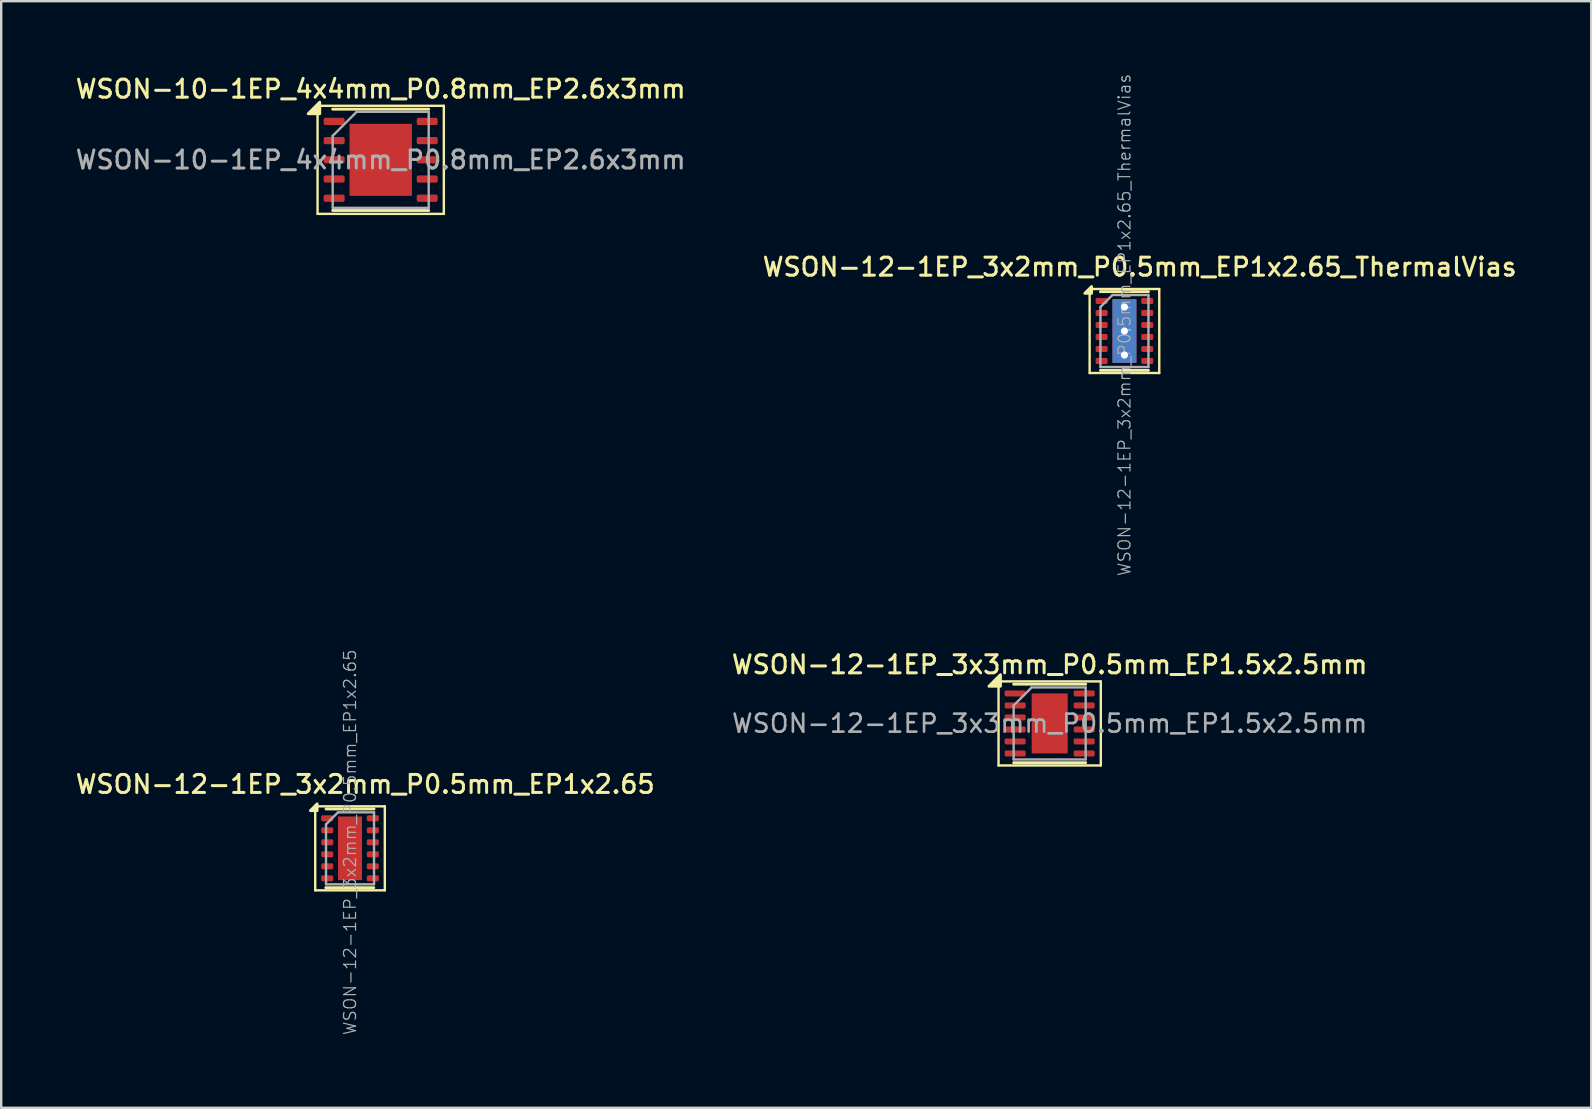
<source format=kicad_pcb>
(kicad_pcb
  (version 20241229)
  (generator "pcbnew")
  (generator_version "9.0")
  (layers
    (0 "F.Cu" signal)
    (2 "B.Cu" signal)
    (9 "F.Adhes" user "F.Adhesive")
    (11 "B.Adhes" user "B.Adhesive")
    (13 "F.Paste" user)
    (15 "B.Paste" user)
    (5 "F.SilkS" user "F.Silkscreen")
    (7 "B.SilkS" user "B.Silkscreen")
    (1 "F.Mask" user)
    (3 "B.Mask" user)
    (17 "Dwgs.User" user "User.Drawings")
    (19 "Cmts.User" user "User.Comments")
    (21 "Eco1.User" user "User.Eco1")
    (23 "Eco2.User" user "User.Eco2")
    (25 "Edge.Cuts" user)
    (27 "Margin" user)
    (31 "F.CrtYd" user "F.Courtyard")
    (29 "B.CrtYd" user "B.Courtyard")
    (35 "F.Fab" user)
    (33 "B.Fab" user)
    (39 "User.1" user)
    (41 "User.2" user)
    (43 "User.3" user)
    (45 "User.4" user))
  (footprint "WSON-10-1EP_4x4mm_P0.8mm_EP2.6x3mm"
    (layer "F.Cu")
    (at 12.809 3.608)
    (property "Reference" "WSON-10-1EP_4x4mm_P0.8mm_EP2.6x3mm" (at 0 -2.95 0) (layer "F.SilkS") (effects (font (size 0.75 0.75) (thickness 0.125))))
    (attr smd)
    (fp_line (start -2.63 -2.25) (end -2.63 2.25) (stroke (width 0.1) (type solid)) (layer "F.SilkS"))
    (fp_line (start -2.63 2.25) (end 2.63 2.25) (stroke (width 0.1) (type solid)) (layer "F.SilkS"))
    (fp_line (start -2 -2.11) (end 2 -2.11) (stroke (width 0.12) (type solid)) (layer "F.SilkS"))
    (fp_line (start -2 2.11) (end 2 2.11) (stroke (width 0.12) (type solid)) (layer "F.SilkS"))
    (fp_line (start 2.63 -2.25) (end -2.63 -2.25) (stroke (width 0.1) (type solid)) (layer "F.SilkS"))
    (fp_line (start 2.63 2.25) (end 2.63 -2.25) (stroke (width 0.1) (type solid)) (layer "F.SilkS"))
    (fp_poly (pts (xy -2.54 -1.92) (xy -3.02 -1.92) (xy -2.54 -2.4) (xy -2.54 -1.92)) (stroke (width 0.12) (type solid)) (fill yes) (layer "F.SilkS"))
    (fp_line (start -2 -1) (end -1 -2) (stroke (width 0.1) (type solid)) (layer "F.Fab"))
    (fp_line (start -2 2) (end -2 -1) (stroke (width 0.1) (type solid)) (layer "F.Fab"))
    (fp_line (start -1 -2) (end 2 -2) (stroke (width 0.1) (type solid)) (layer "F.Fab"))
    (fp_line (start 2 -2) (end 2 2) (stroke (width 0.1) (type solid)) (layer "F.Fab"))
    (fp_line (start 2 2) (end -2 2) (stroke (width 0.1) (type solid)) (layer "F.Fab"))
    (fp_text user "${REFERENCE}" (at 0 0 0) (layer "F.Fab") (effects (font (size 0.75 0.75) (thickness 0.125))))
    (pad "" smd roundrect (at -0.65 -0.75) (size 1.05 1.21) (layers "F.Paste") (roundrect_rratio 0.238))
    (pad "" smd roundrect (at -0.65 0.75) (size 1.05 1.21) (layers "F.Paste") (roundrect_rratio 0.238))
    (pad "" smd roundrect (at 0.65 -0.75) (size 1.05 1.21) (layers "F.Paste") (roundrect_rratio 0.238))
    (pad "" smd roundrect (at 0.65 0.75) (size 1.05 1.21) (layers "F.Paste") (roundrect_rratio 0.238))
    (pad "1" smd roundrect (at -1.938 -1.6) (size 0.875 0.3) (layers "F.Cu" "F.Mask" "F.Paste") (roundrect_rratio 0.25))
    (pad "2" smd roundrect (at -1.938 -0.8) (size 0.875 0.3) (layers "F.Cu" "F.Mask" "F.Paste") (roundrect_rratio 0.25))
    (pad "3" smd roundrect (at -1.938 0) (size 0.875 0.3) (layers "F.Cu" "F.Mask" "F.Paste") (roundrect_rratio 0.25))
    (pad "4" smd roundrect (at -1.938 0.8) (size 0.875 0.3) (layers "F.Cu" "F.Mask" "F.Paste") (roundrect_rratio 0.25))
    (pad "5" smd roundrect (at -1.938 1.6) (size 0.875 0.3) (layers "F.Cu" "F.Mask" "F.Paste") (roundrect_rratio 0.25))
    (pad "6" smd roundrect (at 1.938 1.6) (size 0.875 0.3) (layers "F.Cu" "F.Mask" "F.Paste") (roundrect_rratio 0.25))
    (pad "7" smd roundrect (at 1.938 0.8) (size 0.875 0.3) (layers "F.Cu" "F.Mask" "F.Paste") (roundrect_rratio 0.25))
    (pad "8" smd roundrect (at 1.938 0) (size 0.875 0.3) (layers "F.Cu" "F.Mask" "F.Paste") (roundrect_rratio 0.25))
    (pad "9" smd roundrect (at 1.938 -0.8) (size 0.875 0.3) (layers "F.Cu" "F.Mask" "F.Paste") (roundrect_rratio 0.25))
    (pad "10" smd roundrect (at 1.938 -1.6) (size 0.875 0.3) (layers "F.Cu" "F.Mask" "F.Paste") (roundrect_rratio 0.25))
    (pad "11" smd rect (at 0 0) (size 2.6 3) (property pad_prop_heatsink) (layers "F.Cu" "F.Mask")))
  (footprint "WSON-12-1EP_3x2mm_P0.5mm_EP1x2.65"
    (layer "F.Cu")
    (at 11.531 32.289)
    (property "Reference" "WSON-12-1EP_3x2mm_P0.5mm_EP1x2.65" (at 0.635 -2.667 0) (layer "F.SilkS") (effects (font (size 0.75 0.75) (thickness 0.125))))
    (attr smd)
    (fp_line (start -1.45 -1.75) (end 1.45 -1.75) (stroke (width 0.1) (type solid)) (layer "F.SilkS"))
    (fp_line (start -1.45 1.75) (end -1.45 -1.75) (stroke (width 0.1) (type solid)) (layer "F.SilkS"))
    (fp_line (start -1.01 1.64) (end 0.99 1.64) (stroke (width 0.12) (type solid)) (layer "F.SilkS"))
    (fp_line (start -1 -1.64) (end 1 -1.64) (stroke (width 0.12) (type solid)) (layer "F.SilkS"))
    (fp_line (start 1.45 -1.75) (end 1.45 1.75) (stroke (width 0.1) (type solid)) (layer "F.SilkS"))
    (fp_line (start 1.45 1.75) (end -1.45 1.75) (stroke (width 0.1) (type solid)) (layer "F.SilkS"))
    (fp_poly (pts (xy -1.37 -1.57) (xy -1.65 -1.57) (xy -1.37 -1.85) (xy -1.37 -1.57)) (stroke (width 0.12) (type solid)) (fill yes) (layer "F.SilkS"))
    (fp_line (start -1 -1) (end -0.5 -1.5) (stroke (width 0.1) (type solid)) (layer "F.Fab"))
    (fp_line (start -1 1.5) (end -1 -1) (stroke (width 0.1) (type solid)) (layer "F.Fab"))
    (fp_line (start -0.5 -1.5) (end 1 -1.5) (stroke (width 0.1) (type solid)) (layer "F.Fab"))
    (fp_line (start 1 -1.5) (end 1 1.5) (stroke (width 0.1) (type solid)) (layer "F.Fab"))
    (fp_line (start 1 1.5) (end -1 1.5) (stroke (width 0.1) (type solid)) (layer "F.Fab"))
    (fp_text user "${REFERENCE}" (at 0 -0.25 90) (layer "F.Fab") (effects (font (size 0.5 0.5) (thickness 0.05))))
    (pad "" smd rect (at 0 -0.685) (size 0.95 1.17) (layers "F.Paste"))
    (pad "" smd rect (at 0 0.685) (size 0.95 1.17) (layers "F.Paste"))
    (pad "1" smd roundrect (at -0.95 -1.25) (size 0.5 0.25) (layers "F.Cu" "F.Mask" "F.Paste") (roundrect_rratio 0.25))
    (pad "2" smd roundrect (at -0.95 -0.75) (size 0.5 0.25) (layers "F.Cu" "F.Mask" "F.Paste") (roundrect_rratio 0.25))
    (pad "3" smd roundrect (at -0.95 -0.25) (size 0.5 0.25) (layers "F.Cu" "F.Mask" "F.Paste") (roundrect_rratio 0.25))
    (pad "4" smd roundrect (at -0.95 0.25) (size 0.5 0.25) (layers "F.Cu" "F.Mask" "F.Paste") (roundrect_rratio 0.25))
    (pad "5" smd roundrect (at -0.95 0.75) (size 0.5 0.25) (layers "F.Cu" "F.Mask" "F.Paste") (roundrect_rratio 0.25))
    (pad "6" smd roundrect (at -0.95 1.25) (size 0.5 0.25) (layers "F.Cu" "F.Mask" "F.Paste") (roundrect_rratio 0.25))
    (pad "7" smd roundrect (at 0.95 1.25) (size 0.5 0.25) (layers "F.Cu" "F.Mask" "F.Paste") (roundrect_rratio 0.25))
    (pad "8" smd roundrect (at 0.95 0.75) (size 0.5 0.25) (layers "F.Cu" "F.Mask" "F.Paste") (roundrect_rratio 0.25))
    (pad "9" smd roundrect (at 0.95 0.25) (size 0.5 0.25) (layers "F.Cu" "F.Mask" "F.Paste") (roundrect_rratio 0.25))
    (pad "10" smd roundrect (at 0.95 -0.25) (size 0.5 0.25) (layers "F.Cu" "F.Mask" "F.Paste") (roundrect_rratio 0.25))
    (pad "11" smd roundrect (at 0.95 -0.75) (size 0.5 0.25) (layers "F.Cu" "F.Mask" "F.Paste") (roundrect_rratio 0.25))
    (pad "12" smd roundrect (at 0.95 -1.25) (size 0.5 0.25) (layers "F.Cu" "F.Mask" "F.Paste") (roundrect_rratio 0.25))
    (pad "13" smd rect (at 0 0) (size 1 2.65) (layers "F.Cu" "F.Mask")))
  (footprint "WSON-12-1EP_3x2mm_P0.5mm_EP1x2.65_ThermalVias"
    (layer "F.Cu")
    (at 43.792 10.739)
    (property "Reference" "WSON-12-1EP_3x2mm_P0.5mm_EP1x2.65_ThermalVias" (at 0.635 -2.667 0) (layer "F.SilkS") (effects (font (size 0.75 0.75) (thickness 0.125))))
    (attr smd)
    (fp_line (start -1.45 -1.75) (end 1.45 -1.75) (stroke (width 0.1) (type solid)) (layer "F.SilkS"))
    (fp_line (start -1.45 1.75) (end -1.45 -1.75) (stroke (width 0.1) (type solid)) (layer "F.SilkS"))
    (fp_line (start -1 -1.64) (end 1 -1.64) (stroke (width 0.12) (type solid)) (layer "F.SilkS"))
    (fp_line (start -1 1.64) (end 1 1.64) (stroke (width 0.12) (type solid)) (layer "F.SilkS"))
    (fp_line (start 1.45 -1.75) (end 1.45 1.75) (stroke (width 0.1) (type solid)) (layer "F.SilkS"))
    (fp_line (start 1.45 1.75) (end -1.45 1.75) (stroke (width 0.1) (type solid)) (layer "F.SilkS"))
    (fp_poly (pts (xy -1.37 -1.57) (xy -1.65 -1.57) (xy -1.37 -1.85) (xy -1.37 -1.57)) (stroke (width 0.12) (type solid)) (fill yes) (layer "F.SilkS"))
    (fp_line (start -1 -1) (end -0.5 -1.5) (stroke (width 0.1) (type solid)) (layer "F.Fab"))
    (fp_line (start -1 1.5) (end -1 -1) (stroke (width 0.1) (type solid)) (layer "F.Fab"))
    (fp_line (start -0.5 -1.5) (end 1 -1.5) (stroke (width 0.1) (type solid)) (layer "F.Fab"))
    (fp_line (start 1 -1.5) (end 1 1.5) (stroke (width 0.1) (type solid)) (layer "F.Fab"))
    (fp_line (start 1 1.5) (end -1 1.5) (stroke (width 0.1) (type solid)) (layer "F.Fab"))
    (fp_text user "${REFERENCE}" (at 0 -0.25 90) (layer "F.Fab") (effects (font (size 0.5 0.5) (thickness 0.05))))
    (pad "" smd rect (at 0 -0.5) (size 0.95 0.8) (layers "F.Paste"))
    (pad "" smd rect (at 0 0.5) (size 0.95 0.8) (layers "F.Paste"))
    (pad "1" smd roundrect (at -0.95 -1.25) (size 0.5 0.25) (layers "F.Cu" "F.Mask" "F.Paste") (roundrect_rratio 0.25))
    (pad "2" smd roundrect (at -0.95 -0.75) (size 0.5 0.25) (layers "F.Cu" "F.Mask" "F.Paste") (roundrect_rratio 0.25))
    (pad "3" smd roundrect (at -0.95 -0.25) (size 0.5 0.25) (layers "F.Cu" "F.Mask" "F.Paste") (roundrect_rratio 0.25))
    (pad "4" smd roundrect (at -0.95 0.25) (size 0.5 0.25) (layers "F.Cu" "F.Mask" "F.Paste") (roundrect_rratio 0.25))
    (pad "5" smd roundrect (at -0.95 0.75) (size 0.5 0.25) (layers "F.Cu" "F.Mask" "F.Paste") (roundrect_rratio 0.25))
    (pad "6" smd roundrect (at -0.95 1.25) (size 0.5 0.25) (layers "F.Cu" "F.Mask" "F.Paste") (roundrect_rratio 0.25))
    (pad "7" smd roundrect (at 0.95 1.25) (size 0.5 0.25) (layers "F.Cu" "F.Mask" "F.Paste") (roundrect_rratio 0.25))
    (pad "8" smd roundrect (at 0.95 0.75) (size 0.5 0.25) (layers "F.Cu" "F.Mask" "F.Paste") (roundrect_rratio 0.25))
    (pad "9" smd roundrect (at 0.95 0.25) (size 0.5 0.25) (layers "F.Cu" "F.Mask" "F.Paste") (roundrect_rratio 0.25))
    (pad "10" smd roundrect (at 0.95 -0.25) (size 0.5 0.25) (layers "F.Cu" "F.Mask" "F.Paste") (roundrect_rratio 0.25))
    (pad "11" smd roundrect (at 0.95 -0.75) (size 0.5 0.25) (layers "F.Cu" "F.Mask" "F.Paste") (roundrect_rratio 0.25))
    (pad "12" smd roundrect (at 0.95 -1.25) (size 0.5 0.25) (layers "F.Cu" "F.Mask" "F.Paste") (roundrect_rratio 0.25))
    (pad "13" thru_hole circle (at 0 -1 90) (size 0.6 0.6) (drill 0.3) (layers "*.Cu"))
    (pad "13" thru_hole circle (at 0 0) (size 0.6 0.6) (drill 0.3) (layers "*.Cu"))
    (pad "13" smd rect (at 0 0) (size 1 2.65) (layers "F.Cu" "F.Mask"))
    (pad "13" smd rect (at 0 0) (size 1 2.65) (layers "B.Cu"))
    (pad "13" thru_hole circle (at 0 1) (size 0.6 0.6) (drill 0.3) (layers "*.Cu")))
  (footprint "WSON-12-1EP_3x3mm_P0.5mm_EP1.5x2.5mm"
    (layer "F.Cu")
    (at 40.677 27.087)
    (property "Reference" "WSON-12-1EP_3x3mm_P0.5mm_EP1.5x2.5mm" (at 0 -2.45 0) (layer "F.SilkS") (effects (font (size 0.75 0.75) (thickness 0.125))))
    (attr smd)
    (fp_line (start -2.13 -1.75) (end -2.13 1.75) (stroke (width 0.1) (type solid)) (layer "F.SilkS"))
    (fp_line (start -2.13 1.75) (end 2.13 1.75) (stroke (width 0.1) (type solid)) (layer "F.SilkS"))
    (fp_line (start -1.5 -1.635) (end 1.5 -1.635) (stroke (width 0.12) (type solid)) (layer "F.SilkS"))
    (fp_line (start -1.5 1.635) (end 1.5 1.635) (stroke (width 0.12) (type solid)) (layer "F.SilkS"))
    (fp_line (start 2.13 -1.75) (end -2.13 -1.75) (stroke (width 0.1) (type solid)) (layer "F.SilkS"))
    (fp_line (start 2.13 1.75) (end 2.13 -1.75) (stroke (width 0.1) (type solid)) (layer "F.SilkS"))
    (fp_poly (pts (xy -2.05 -1.55) (xy -2.53 -1.55) (xy -2.05 -2.03) (xy -2.05 -1.55)) (stroke (width 0.12) (type solid)) (fill yes) (layer "F.SilkS"))
    (fp_line (start -1.5 -0.75) (end -0.75 -1.5) (stroke (width 0.1) (type solid)) (layer "F.Fab"))
    (fp_line (start -1.5 1.5) (end -1.5 -0.75) (stroke (width 0.1) (type solid)) (layer "F.Fab"))
    (fp_line (start -0.75 -1.5) (end 1.5 -1.5) (stroke (width 0.1) (type solid)) (layer "F.Fab"))
    (fp_line (start 1.5 -1.5) (end 1.5 1.5) (stroke (width 0.1) (type solid)) (layer "F.Fab"))
    (fp_line (start 1.5 1.5) (end -1.5 1.5) (stroke (width 0.1) (type solid)) (layer "F.Fab"))
    (fp_text user "${REFERENCE}" (at 0 0 0) (layer "F.Fab") (effects (font (size 0.75 0.75) (thickness 0.11))))
    (pad "" smd roundrect (at -0.375 -0.625) (size 0.6 1.01) (layers "F.Paste") (roundrect_rratio 0.25))
    (pad "" smd roundrect (at -0.375 0.625) (size 0.6 1.01) (layers "F.Paste") (roundrect_rratio 0.25))
    (pad "" smd roundrect (at 0.375 -0.625) (size 0.6 1.01) (layers "F.Paste") (roundrect_rratio 0.25))
    (pad "" smd roundrect (at 0.375 0.625) (size 0.6 1.01) (layers "F.Paste") (roundrect_rratio 0.25))
    (pad "1" smd roundrect (at -1.438 -1.25) (size 0.875 0.25) (layers "F.Cu" "F.Mask" "F.Paste") (roundrect_rratio 0.25))
    (pad "2" smd roundrect (at -1.438 -0.75) (size 0.875 0.25) (layers "F.Cu" "F.Mask" "F.Paste") (roundrect_rratio 0.25))
    (pad "3" smd roundrect (at -1.438 -0.25) (size 0.875 0.25) (layers "F.Cu" "F.Mask" "F.Paste") (roundrect_rratio 0.25))
    (pad "4" smd roundrect (at -1.438 0.25) (size 0.875 0.25) (layers "F.Cu" "F.Mask" "F.Paste") (roundrect_rratio 0.25))
    (pad "5" smd roundrect (at -1.438 0.75) (size 0.875 0.25) (layers "F.Cu" "F.Mask" "F.Paste") (roundrect_rratio 0.25))
    (pad "6" smd roundrect (at -1.438 1.25) (size 0.875 0.25) (layers "F.Cu" "F.Mask" "F.Paste") (roundrect_rratio 0.25))
    (pad "7" smd roundrect (at 1.438 1.25) (size 0.875 0.25) (layers "F.Cu" "F.Mask" "F.Paste") (roundrect_rratio 0.25))
    (pad "8" smd roundrect (at 1.438 0.75) (size 0.875 0.25) (layers "F.Cu" "F.Mask" "F.Paste") (roundrect_rratio 0.25))
    (pad "9" smd roundrect (at 1.438 0.25) (size 0.875 0.25) (layers "F.Cu" "F.Mask" "F.Paste") (roundrect_rratio 0.25))
    (pad "10" smd roundrect (at 1.438 -0.25) (size 0.875 0.25) (layers "F.Cu" "F.Mask" "F.Paste") (roundrect_rratio 0.25))
    (pad "11" smd roundrect (at 1.438 -0.75) (size 0.875 0.25) (layers "F.Cu" "F.Mask" "F.Paste") (roundrect_rratio 0.25))
    (pad "12" smd roundrect (at 1.438 -1.25) (size 0.875 0.25) (layers "F.Cu" "F.Mask" "F.Paste") (roundrect_rratio 0.25))
    (pad "13" smd rect (at 0 0) (size 1.5 2.5) (property pad_prop_heatsink) (layers "F.Cu" "F.Mask")))
  (gr_rect
    (start -3 -3)
    (end 63.236 43.1)
    (stroke (width 0.1) (type default))
    (fill no)
    (layer "Edge.Cuts")))
</source>
